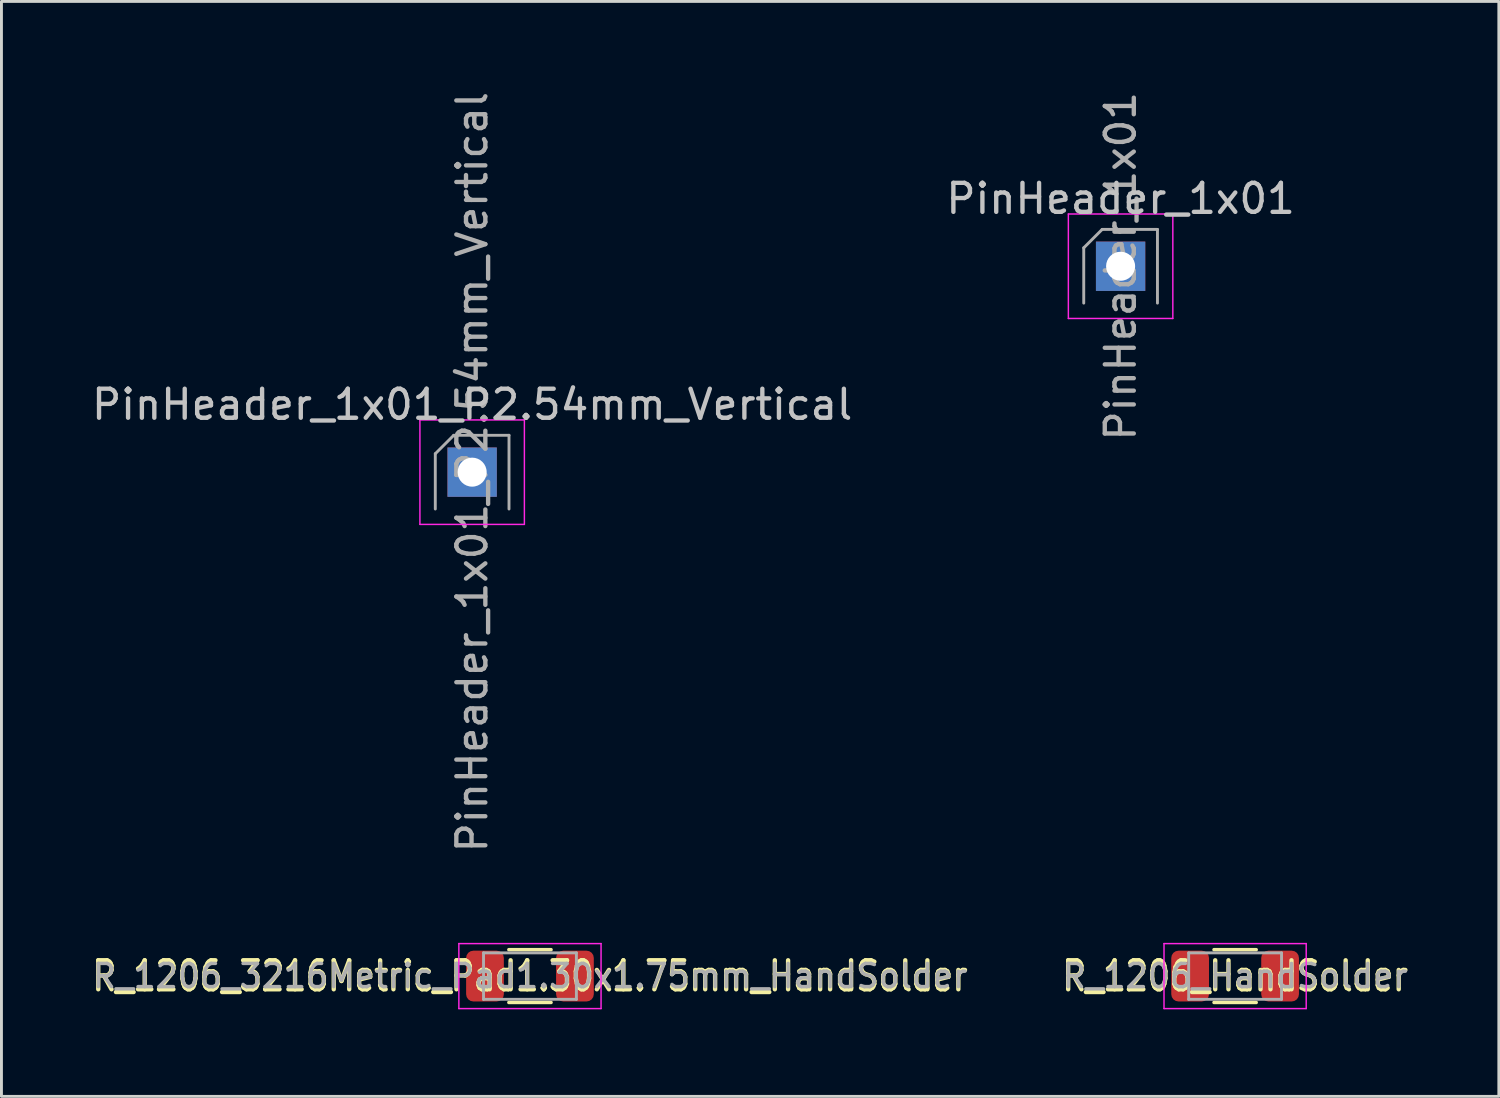
<source format=kicad_pcb>
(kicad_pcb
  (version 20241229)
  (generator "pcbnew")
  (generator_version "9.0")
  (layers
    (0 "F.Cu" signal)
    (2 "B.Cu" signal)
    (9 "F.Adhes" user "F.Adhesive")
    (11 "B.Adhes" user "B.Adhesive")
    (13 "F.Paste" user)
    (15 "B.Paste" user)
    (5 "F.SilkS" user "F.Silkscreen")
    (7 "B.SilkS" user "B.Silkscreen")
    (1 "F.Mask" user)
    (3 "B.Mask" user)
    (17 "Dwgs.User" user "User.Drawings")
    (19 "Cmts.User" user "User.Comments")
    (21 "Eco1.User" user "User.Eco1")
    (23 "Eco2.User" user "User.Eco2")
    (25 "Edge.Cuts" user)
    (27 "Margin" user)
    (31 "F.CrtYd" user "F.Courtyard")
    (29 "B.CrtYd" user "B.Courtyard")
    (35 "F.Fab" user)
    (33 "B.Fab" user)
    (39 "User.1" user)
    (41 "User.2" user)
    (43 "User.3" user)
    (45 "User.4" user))
  (footprint "PinHeader_1x01_P2.54mm_Vertical"
    (layer "F.Cu")
    (at 13.22 13.22)
    (property "Reference" "PinHeader_1x01_P2.54mm_Vertical" (at 0 -2.33 0) (layer "Dwgs.User") (effects (font (size 1 1) (thickness 0.15))))
    (attr through_hole)
    (fp_line (start -1.8 -1.8) (end -1.8 1.8) (stroke (width 0.05) (type solid)) (layer "F.CrtYd"))
    (fp_line (start -1.8 1.8) (end 1.8 1.8) (stroke (width 0.05) (type solid)) (layer "F.CrtYd"))
    (fp_line (start 1.8 -1.8) (end -1.8 -1.8) (stroke (width 0.05) (type solid)) (layer "F.CrtYd"))
    (fp_line (start 1.8 1.8) (end 1.8 -1.8) (stroke (width 0.05) (type solid)) (layer "F.CrtYd"))
    (fp_line (start -1.27 -0.635) (end -0.635 -1.27) (stroke (width 0.1) (type solid)) (layer "F.Fab"))
    (fp_line (start -1.27 1.27) (end -1.27 -0.635) (stroke (width 0.1) (type solid)) (layer "F.Fab"))
    (fp_line (start -0.635 -1.27) (end 1.27 -1.27) (stroke (width 0.1) (type solid)) (layer "F.Fab"))
    (fp_line (start 1.27 -1.27) (end 1.27 1.27) (stroke (width 0.1) (type solid)) (layer "F.Fab"))
    (fp_text user "${REFERENCE}" (at 0 0 90) (layer "F.Fab") (effects (font (size 1 1) (thickness 0.15))))
    (pad "1" thru_hole rect (at 0 0) (size 1.7 1.7) (drill 1) (layers "*.Cu" "*.Mask")))
  (footprint "PinHeader_1x01"
    (layer "F.Cu")
    (at 35.565 6.125)
    (property "Reference" "PinHeader_1x01" (at 0 -2.33 0) (layer "Dwgs.User") (effects (font (size 1 1) (thickness 0.15))))
    (attr through_hole)
    (fp_line (start -1.8 -1.8) (end -1.8 1.8) (stroke (width 0.05) (type solid)) (layer "F.CrtYd"))
    (fp_line (start -1.8 1.8) (end 1.8 1.8) (stroke (width 0.05) (type solid)) (layer "F.CrtYd"))
    (fp_line (start 1.8 -1.8) (end -1.8 -1.8) (stroke (width 0.05) (type solid)) (layer "F.CrtYd"))
    (fp_line (start 1.8 1.8) (end 1.8 -1.8) (stroke (width 0.05) (type solid)) (layer "F.CrtYd"))
    (fp_line (start -1.27 -0.635) (end -0.635 -1.27) (stroke (width 0.1) (type solid)) (layer "F.Fab"))
    (fp_line (start -1.27 1.27) (end -1.27 -0.635) (stroke (width 0.1) (type solid)) (layer "F.Fab"))
    (fp_line (start -0.635 -1.27) (end 1.27 -1.27) (stroke (width 0.1) (type solid)) (layer "F.Fab"))
    (fp_line (start 1.27 -1.27) (end 1.27 1.27) (stroke (width 0.1) (type solid)) (layer "F.Fab"))
    (fp_text user "${REFERENCE}" (at 0 0 90) (layer "F.Fab") (effects (font (size 1 1) (thickness 0.15))))
    (pad "1" thru_hole rect (at 0 0) (size 1.7 1.7) (drill 1) (layers "*.Cu" "*.Mask")))
  (footprint "R_1206_3216Metric_Pad1.30x1.75mm_HandSolder"
    (layer "F.Cu")
    (at 15.212 30.585)
    (property "Reference" "R_1206_3216Metric_Pad1.30x1.75mm_HandSolder" (at 0 0 180) (layer "F.SilkS") (effects (font (size 1 0.8) (thickness 0.15))))
    (attr smd)
    (fp_line (start -0.727 -0.91) (end 0.727 -0.91) (stroke (width 0.12) (type solid)) (layer "F.SilkS"))
    (fp_line (start -0.727 0.91) (end 0.727 0.91) (stroke (width 0.12) (type solid)) (layer "F.SilkS"))
    (fp_line (start -2.45 -1.12) (end 2.45 -1.12) (stroke (width 0.05) (type solid)) (layer "F.CrtYd"))
    (fp_line (start -2.45 1.12) (end -2.45 -1.12) (stroke (width 0.05) (type solid)) (layer "F.CrtYd"))
    (fp_line (start 2.45 -1.12) (end 2.45 1.12) (stroke (width 0.05) (type solid)) (layer "F.CrtYd"))
    (fp_line (start 2.45 1.12) (end -2.45 1.12) (stroke (width 0.05) (type solid)) (layer "F.CrtYd"))
    (fp_line (start -1.6 -0.8) (end 1.6 -0.8) (stroke (width 0.1) (type solid)) (layer "F.Fab"))
    (fp_line (start -1.6 0.8) (end -1.6 -0.8) (stroke (width 0.1) (type solid)) (layer "F.Fab"))
    (fp_line (start 1.6 -0.8) (end 1.6 0.8) (stroke (width 0.1) (type solid)) (layer "F.Fab"))
    (fp_line (start 1.6 0.8) (end -1.6 0.8) (stroke (width 0.1) (type solid)) (layer "F.Fab"))
    (fp_text user "${REFERENCE}" (at 0 0 180) (layer "F.Fab") (effects (font (size 0.8 0.8) (thickness 0.12))))
    (pad "1" smd roundrect (at -1.55 0) (size 1.3 1.75) (layers "F.Cu" "F.Mask" "F.Paste") (roundrect_rratio 0.192))
    (pad "2" smd roundrect (at 1.55 0) (size 1.3 1.75) (layers "F.Cu" "F.Mask" "F.Paste") (roundrect_rratio 0.192)))
  (footprint "R_1206_HandSolder"
    (layer "F.Cu")
    (at 39.511 30.585)
    (property "Reference" "R_1206_HandSolder" (at 0 0 180) (layer "F.SilkS") (effects (font (size 1 0.8) (thickness 0.15))))
    (attr smd)
    (fp_line (start -0.727 -0.91) (end 0.727 -0.91) (stroke (width 0.12) (type solid)) (layer "F.SilkS"))
    (fp_line (start -0.727 0.91) (end 0.727 0.91) (stroke (width 0.12) (type solid)) (layer "F.SilkS"))
    (fp_line (start -2.45 -1.12) (end 2.45 -1.12) (stroke (width 0.05) (type solid)) (layer "F.CrtYd"))
    (fp_line (start -2.45 1.12) (end -2.45 -1.12) (stroke (width 0.05) (type solid)) (layer "F.CrtYd"))
    (fp_line (start 2.45 -1.12) (end 2.45 1.12) (stroke (width 0.05) (type solid)) (layer "F.CrtYd"))
    (fp_line (start 2.45 1.12) (end -2.45 1.12) (stroke (width 0.05) (type solid)) (layer "F.CrtYd"))
    (fp_line (start -1.6 -0.8) (end 1.6 -0.8) (stroke (width 0.1) (type solid)) (layer "F.Fab"))
    (fp_line (start -1.6 0.8) (end -1.6 -0.8) (stroke (width 0.1) (type solid)) (layer "F.Fab"))
    (fp_line (start 1.6 -0.8) (end 1.6 0.8) (stroke (width 0.1) (type solid)) (layer "F.Fab"))
    (fp_line (start 1.6 0.8) (end -1.6 0.8) (stroke (width 0.1) (type solid)) (layer "F.Fab"))
    (fp_text user "${REFERENCE}" (at 0 0 180) (layer "F.Fab") (effects (font (size 0.8 0.8) (thickness 0.12))))
    (pad "1" smd roundrect (at -1.55 0) (size 1.3 1.75) (layers "F.Cu" "F.Mask" "F.Paste") (roundrect_rratio 0.192))
    (pad "2" smd roundrect (at 1.55 0) (size 1.3 1.75) (layers "F.Cu" "F.Mask" "F.Paste") (roundrect_rratio 0.192)))
  (gr_rect
    (start -3 -3)
    (end 48.599 34.73)
    (stroke (width 0.1) (type default))
    (fill no)
    (layer "Edge.Cuts")))
</source>
